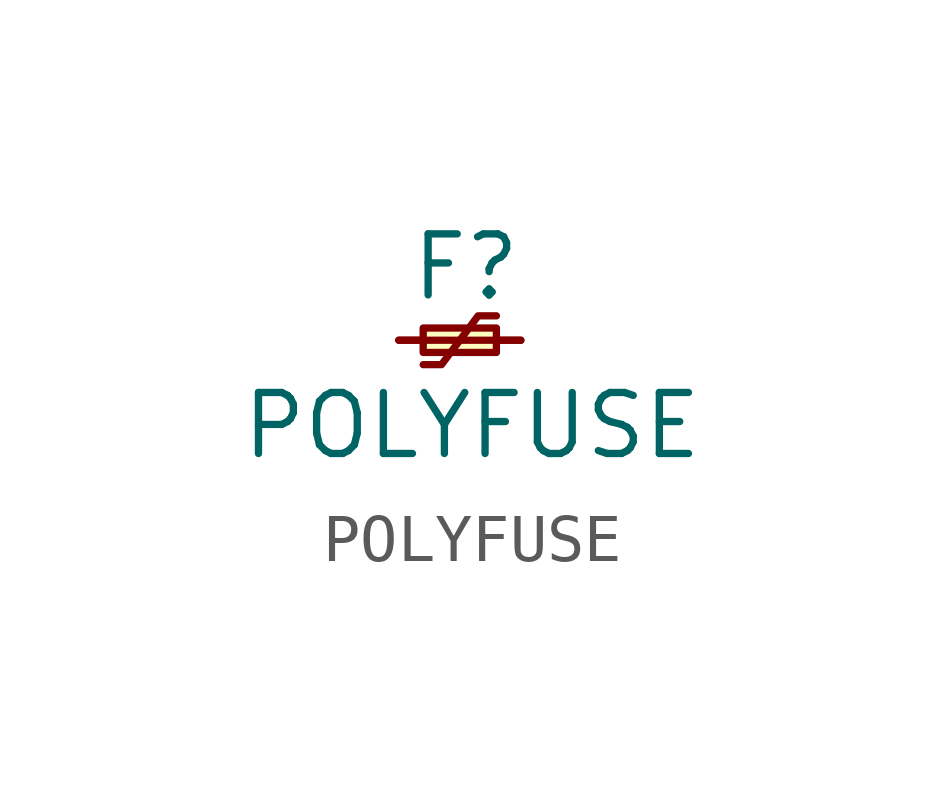
<source format=kicad_sym>
(kicad_symbol_lib
  (version 20211014)
  (generator kicad_symbol_editor)
  (symbol "POLYFUSE"
    (pin_numbers hide)
    (pin_names
      (offset 1.016) hide)
    (property "Reference" "F"
      (at 1.397 1.524 0)
      (effects (font (size 1.27 1.27))))
    (property "Value" "POLYFUSE"
      (at 1.524 -1.778 0)
      (effects (font (size 1.27 1.27))))
    (symbol "POLYFUSE_0_1"
      (polyline (pts (xy 0 0) (xy 2.54 0)) (stroke (width 0) (type default) (color 0 0 0 0)) (fill (type none)))
      (polyline (pts (xy 0.508 -0.508) (xy 0.889 -0.508) (xy 1.651 0.508) (xy 2.032 0.508)) (stroke (width 0) (type default) (color 0 0 0 0)) (fill (type none))))
    (symbol "POLYFUSE_1_1"
      (rectangle (start 0.508 0.254) (end 2.032 -0.254) (stroke (width 0) (type default) (color 0 0 0 0)) (fill (type background)))
      (pin passive line (at 0 0 0) (length 0.508) (name "~" (effects (font (size 1.27 1.27)))) (number "1" (effects (font (size 1.27 1.27)))))
      (pin passive line (at 2.54 0 180) (length 0.508) (name "~" (effects (font (size 1.27 1.27)))) (number "2" (effects (font (size 1.27 1.27))))))))
</source>
